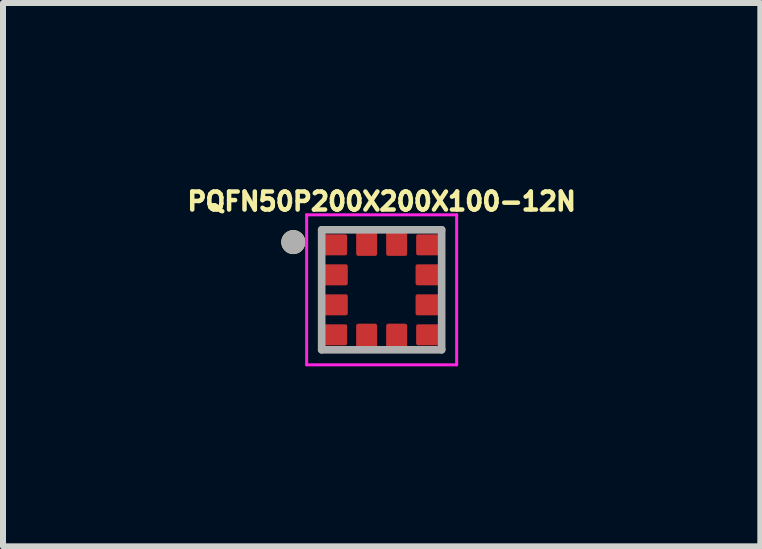
<source format=kicad_pcb>
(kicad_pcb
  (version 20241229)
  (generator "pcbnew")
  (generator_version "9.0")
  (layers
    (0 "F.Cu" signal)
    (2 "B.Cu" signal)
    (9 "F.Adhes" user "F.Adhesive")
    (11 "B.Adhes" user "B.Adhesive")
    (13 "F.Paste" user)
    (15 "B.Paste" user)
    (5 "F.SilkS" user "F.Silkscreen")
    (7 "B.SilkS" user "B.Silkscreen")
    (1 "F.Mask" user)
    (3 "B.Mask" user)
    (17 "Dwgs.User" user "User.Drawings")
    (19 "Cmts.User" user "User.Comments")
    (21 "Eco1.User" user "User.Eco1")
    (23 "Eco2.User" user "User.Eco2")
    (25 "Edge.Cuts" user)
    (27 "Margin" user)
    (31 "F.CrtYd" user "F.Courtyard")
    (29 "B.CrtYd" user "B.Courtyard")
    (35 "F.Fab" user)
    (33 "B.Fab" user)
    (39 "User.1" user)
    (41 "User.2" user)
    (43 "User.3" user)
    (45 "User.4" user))
  (footprint "PQFN50P200X200X100-12N"
    (layer "F.Cu")
    (at 3.311 1.78)
    (property "Reference" "PQFN50P200X200X100-12N" (at 0 -1.473 0) (layer "F.SilkS") (effects (font (size 0.3 0.3) (thickness 0.075))))
    (attr through_hole)
    (fp_poly (pts (xy -0.625 -0.975) (xy -0.619 -0.974) (xy -0.614 -0.974) (xy -0.608 -0.972) (xy -0.603 -0.971) (xy -0.597 -0.969) (xy -0.592 -0.967) (xy -0.587 -0.965) (xy -0.582 -0.963) (xy -0.577 -0.96) (xy -0.572 -0.957) (xy -0.568 -0.954) (xy -0.563 -0.95) (xy -0.559 -0.946) (xy -0.555 -0.942) (xy -0.551 -0.938) (xy -0.548 -0.934) (xy -0.544 -0.929) (xy -0.541 -0.925) (xy -0.538 -0.92) (xy -0.536 -0.915) (xy -0.533 -0.91) (xy -0.531 -0.904) (xy -0.529 -0.899) (xy -0.528 -0.894) (xy -0.527 -0.888) (xy -0.526 -0.882) (xy -0.525 -0.877) (xy -0.525 -0.871) (xy -0.525 -0.866) (xy -0.525 -0.86) (xy -0.525 -0.64) (xy -0.525 -0.634) (xy -0.525 -0.629) (xy -0.525 -0.623) (xy -0.526 -0.618) (xy -0.527 -0.612) (xy -0.528 -0.606) (xy -0.529 -0.601) (xy -0.531 -0.596) (xy -0.533 -0.59) (xy -0.536 -0.585) (xy -0.538 -0.58) (xy -0.541 -0.575) (xy -0.544 -0.571) (xy -0.548 -0.566) (xy -0.551 -0.562) (xy -0.555 -0.558) (xy -0.559 -0.554) (xy -0.563 -0.55) (xy -0.568 -0.546) (xy -0.572 -0.543) (xy -0.577 -0.54) (xy -0.582 -0.537) (xy -0.587 -0.535) (xy -0.592 -0.533) (xy -0.597 -0.531) (xy -0.603 -0.529) (xy -0.608 -0.528) (xy -0.614 -0.526) (xy -0.619 -0.526) (xy -0.625 -0.525) (xy -0.925 -0.525) (xy -0.931 -0.526) (xy -0.936 -0.526) (xy -0.942 -0.528) (xy -0.947 -0.529) (xy -0.953 -0.531) (xy -0.958 -0.533) (xy -0.963 -0.535) (xy -0.968 -0.537) (xy -0.973 -0.54) (xy -0.978 -0.543) (xy -0.982 -0.546) (xy -0.987 -0.55) (xy -0.991 -0.554) (xy -0.995 -0.558) (xy -0.999 -0.562) (xy -1.002 -0.566) (xy -1.006 -0.571) (xy -1.009 -0.575) (xy -1.012 -0.58) (xy -1.014 -0.585) (xy -1.017 -0.59) (xy -1.019 -0.596) (xy -1.021 -0.601) (xy -1.022 -0.606) (xy -1.023 -0.612) (xy -1.024 -0.618) (xy -1.025 -0.623) (xy -1.025 -0.629) (xy -1.025 -0.634) (xy -1.025 -0.64) (xy -1.025 -0.86) (xy -1.025 -0.866) (xy -1.025 -0.871) (xy -1.025 -0.877) (xy -1.024 -0.882) (xy -1.023 -0.888) (xy -1.022 -0.894) (xy -1.021 -0.899) (xy -1.019 -0.904) (xy -1.017 -0.91) (xy -1.014 -0.915) (xy -1.012 -0.92) (xy -1.009 -0.925) (xy -1.006 -0.929) (xy -1.002 -0.934) (xy -0.999 -0.938) (xy -0.995 -0.942) (xy -0.991 -0.946) (xy -0.987 -0.95) (xy -0.982 -0.954) (xy -0.978 -0.957) (xy -0.973 -0.96) (xy -0.968 -0.963) (xy -0.963 -0.965) (xy -0.958 -0.967) (xy -0.953 -0.969) (xy -0.947 -0.971) (xy -0.942 -0.972) (xy -0.936 -0.974) (xy -0.931 -0.974) (xy -0.925 -0.975) (xy -0.625 -0.975)) (stroke (width 0.01) (type solid)) (fill yes) (layer "F.Mask"))
    (fp_poly (pts (xy -0.625 0.525) (xy -0.619 0.526) (xy -0.614 0.526) (xy -0.608 0.528) (xy -0.603 0.529) (xy -0.597 0.531) (xy -0.592 0.533) (xy -0.587 0.535) (xy -0.582 0.537) (xy -0.577 0.54) (xy -0.572 0.543) (xy -0.568 0.546) (xy -0.563 0.55) (xy -0.559 0.554) (xy -0.555 0.558) (xy -0.551 0.562) (xy -0.548 0.566) (xy -0.544 0.571) (xy -0.541 0.575) (xy -0.538 0.58) (xy -0.536 0.585) (xy -0.533 0.59) (xy -0.531 0.596) (xy -0.529 0.601) (xy -0.528 0.606) (xy -0.527 0.612) (xy -0.526 0.618) (xy -0.525 0.623) (xy -0.525 0.629) (xy -0.525 0.634) (xy -0.525 0.64) (xy -0.525 0.86) (xy -0.525 0.866) (xy -0.525 0.871) (xy -0.525 0.877) (xy -0.526 0.882) (xy -0.527 0.888) (xy -0.528 0.894) (xy -0.529 0.899) (xy -0.531 0.904) (xy -0.533 0.91) (xy -0.536 0.915) (xy -0.538 0.92) (xy -0.541 0.925) (xy -0.544 0.929) (xy -0.548 0.934) (xy -0.551 0.938) (xy -0.555 0.942) (xy -0.559 0.946) (xy -0.563 0.95) (xy -0.568 0.954) (xy -0.572 0.957) (xy -0.577 0.96) (xy -0.582 0.963) (xy -0.587 0.965) (xy -0.592 0.967) (xy -0.597 0.969) (xy -0.603 0.971) (xy -0.608 0.972) (xy -0.614 0.974) (xy -0.619 0.974) (xy -0.625 0.975) (xy -0.925 0.975) (xy -0.931 0.974) (xy -0.936 0.974) (xy -0.942 0.972) (xy -0.947 0.971) (xy -0.953 0.969) (xy -0.958 0.967) (xy -0.963 0.965) (xy -0.968 0.963) (xy -0.973 0.96) (xy -0.978 0.957) (xy -0.982 0.954) (xy -0.987 0.95) (xy -0.991 0.946) (xy -0.995 0.942) (xy -0.999 0.938) (xy -1.002 0.934) (xy -1.006 0.929) (xy -1.009 0.925) (xy -1.012 0.92) (xy -1.014 0.915) (xy -1.017 0.91) (xy -1.019 0.904) (xy -1.021 0.899) (xy -1.022 0.894) (xy -1.023 0.888) (xy -1.024 0.882) (xy -1.025 0.877) (xy -1.025 0.871) (xy -1.025 0.866) (xy -1.025 0.86) (xy -1.025 0.64) (xy -1.025 0.634) (xy -1.025 0.629) (xy -1.025 0.623) (xy -1.024 0.618) (xy -1.023 0.612) (xy -1.022 0.606) (xy -1.021 0.601) (xy -1.019 0.596) (xy -1.017 0.59) (xy -1.014 0.585) (xy -1.012 0.58) (xy -1.009 0.575) (xy -1.006 0.571) (xy -1.002 0.566) (xy -0.999 0.562) (xy -0.995 0.558) (xy -0.991 0.554) (xy -0.987 0.55) (xy -0.982 0.546) (xy -0.978 0.543) (xy -0.973 0.54) (xy -0.968 0.537) (xy -0.963 0.535) (xy -0.958 0.533) (xy -0.953 0.531) (xy -0.947 0.529) (xy -0.942 0.528) (xy -0.936 0.526) (xy -0.931 0.526) (xy -0.925 0.525) (xy -0.625 0.525)) (stroke (width 0.01) (type solid)) (fill yes) (layer "F.Mask"))
    (fp_poly (pts (xy -0.615 -0.475) (xy -0.609 -0.474) (xy -0.604 -0.474) (xy -0.598 -0.472) (xy -0.593 -0.471) (xy -0.587 -0.469) (xy -0.582 -0.467) (xy -0.577 -0.465) (xy -0.572 -0.463) (xy -0.567 -0.46) (xy -0.562 -0.457) (xy -0.558 -0.454) (xy -0.553 -0.45) (xy -0.549 -0.446) (xy -0.545 -0.442) (xy -0.541 -0.438) (xy -0.538 -0.434) (xy -0.534 -0.429) (xy -0.531 -0.425) (xy -0.528 -0.42) (xy -0.526 -0.415) (xy -0.523 -0.41) (xy -0.521 -0.404) (xy -0.519 -0.399) (xy -0.518 -0.394) (xy -0.517 -0.388) (xy -0.516 -0.382) (xy -0.515 -0.377) (xy -0.515 -0.371) (xy -0.515 -0.366) (xy -0.515 -0.36) (xy -0.515 -0.14) (xy -0.515 -0.134) (xy -0.515 -0.129) (xy -0.515 -0.123) (xy -0.516 -0.118) (xy -0.517 -0.112) (xy -0.518 -0.106) (xy -0.519 -0.101) (xy -0.521 -0.096) (xy -0.523 -0.09) (xy -0.526 -0.085) (xy -0.528 -0.08) (xy -0.531 -0.075) (xy -0.534 -0.071) (xy -0.538 -0.066) (xy -0.541 -0.062) (xy -0.545 -0.058) (xy -0.549 -0.054) (xy -0.553 -0.05) (xy -0.558 -0.046) (xy -0.562 -0.043) (xy -0.567 -0.04) (xy -0.572 -0.037) (xy -0.577 -0.035) (xy -0.582 -0.033) (xy -0.587 -0.031) (xy -0.593 -0.029) (xy -0.598 -0.028) (xy -0.604 -0.026) (xy -0.609 -0.026) (xy -0.615 -0.025) (xy -0.915 -0.025) (xy -0.921 -0.026) (xy -0.926 -0.026) (xy -0.932 -0.028) (xy -0.937 -0.029) (xy -0.943 -0.031) (xy -0.948 -0.033) (xy -0.953 -0.035) (xy -0.958 -0.037) (xy -0.963 -0.04) (xy -0.968 -0.043) (xy -0.972 -0.046) (xy -0.977 -0.05) (xy -0.981 -0.054) (xy -0.985 -0.058) (xy -0.989 -0.062) (xy -0.992 -0.066) (xy -0.996 -0.071) (xy -0.999 -0.075) (xy -1.002 -0.08) (xy -1.004 -0.085) (xy -1.007 -0.09) (xy -1.009 -0.096) (xy -1.011 -0.101) (xy -1.012 -0.106) (xy -1.013 -0.112) (xy -1.014 -0.118) (xy -1.015 -0.123) (xy -1.015 -0.129) (xy -1.015 -0.134) (xy -1.015 -0.14) (xy -1.015 -0.36) (xy -1.015 -0.366) (xy -1.015 -0.371) (xy -1.015 -0.377) (xy -1.014 -0.382) (xy -1.013 -0.388) (xy -1.012 -0.394) (xy -1.011 -0.399) (xy -1.009 -0.404) (xy -1.007 -0.41) (xy -1.004 -0.415) (xy -1.002 -0.42) (xy -0.999 -0.425) (xy -0.996 -0.429) (xy -0.992 -0.434) (xy -0.989 -0.438) (xy -0.985 -0.442) (xy -0.981 -0.446) (xy -0.977 -0.45) (xy -0.972 -0.454) (xy -0.968 -0.457) (xy -0.963 -0.46) (xy -0.958 -0.463) (xy -0.953 -0.465) (xy -0.948 -0.467) (xy -0.943 -0.469) (xy -0.937 -0.471) (xy -0.932 -0.472) (xy -0.926 -0.474) (xy -0.921 -0.474) (xy -0.915 -0.475) (xy -0.615 -0.475)) (stroke (width 0.01) (type solid)) (fill yes) (layer "F.Mask"))
    (fp_poly (pts (xy -0.615 0.025) (xy -0.609 0.026) (xy -0.604 0.026) (xy -0.598 0.028) (xy -0.593 0.029) (xy -0.587 0.031) (xy -0.582 0.033) (xy -0.577 0.035) (xy -0.572 0.037) (xy -0.567 0.04) (xy -0.562 0.043) (xy -0.558 0.046) (xy -0.553 0.05) (xy -0.549 0.054) (xy -0.545 0.058) (xy -0.541 0.062) (xy -0.538 0.066) (xy -0.534 0.071) (xy -0.531 0.075) (xy -0.528 0.08) (xy -0.526 0.085) (xy -0.523 0.09) (xy -0.521 0.096) (xy -0.519 0.101) (xy -0.518 0.106) (xy -0.517 0.112) (xy -0.516 0.118) (xy -0.515 0.123) (xy -0.515 0.129) (xy -0.515 0.134) (xy -0.515 0.14) (xy -0.515 0.36) (xy -0.515 0.366) (xy -0.515 0.371) (xy -0.515 0.377) (xy -0.516 0.382) (xy -0.517 0.388) (xy -0.518 0.394) (xy -0.519 0.399) (xy -0.521 0.404) (xy -0.523 0.41) (xy -0.526 0.415) (xy -0.528 0.42) (xy -0.531 0.425) (xy -0.534 0.429) (xy -0.538 0.434) (xy -0.541 0.438) (xy -0.545 0.442) (xy -0.549 0.446) (xy -0.553 0.45) (xy -0.558 0.454) (xy -0.562 0.457) (xy -0.567 0.46) (xy -0.572 0.463) (xy -0.577 0.465) (xy -0.582 0.467) (xy -0.587 0.469) (xy -0.593 0.471) (xy -0.598 0.472) (xy -0.604 0.474) (xy -0.609 0.474) (xy -0.615 0.475) (xy -0.915 0.475) (xy -0.921 0.474) (xy -0.926 0.474) (xy -0.932 0.472) (xy -0.937 0.471) (xy -0.943 0.469) (xy -0.948 0.467) (xy -0.953 0.465) (xy -0.958 0.463) (xy -0.963 0.46) (xy -0.968 0.457) (xy -0.972 0.454) (xy -0.977 0.45) (xy -0.981 0.446) (xy -0.985 0.442) (xy -0.989 0.438) (xy -0.992 0.434) (xy -0.996 0.429) (xy -0.999 0.425) (xy -1.002 0.42) (xy -1.004 0.415) (xy -1.007 0.41) (xy -1.009 0.404) (xy -1.011 0.399) (xy -1.012 0.394) (xy -1.013 0.388) (xy -1.014 0.382) (xy -1.015 0.377) (xy -1.015 0.371) (xy -1.015 0.366) (xy -1.015 0.36) (xy -1.015 0.14) (xy -1.015 0.134) (xy -1.015 0.129) (xy -1.015 0.123) (xy -1.014 0.118) (xy -1.013 0.112) (xy -1.012 0.106) (xy -1.011 0.101) (xy -1.009 0.096) (xy -1.007 0.09) (xy -1.004 0.085) (xy -1.002 0.08) (xy -0.999 0.075) (xy -0.996 0.071) (xy -0.992 0.066) (xy -0.989 0.062) (xy -0.985 0.058) (xy -0.981 0.054) (xy -0.977 0.05) (xy -0.972 0.046) (xy -0.968 0.043) (xy -0.963 0.04) (xy -0.958 0.037) (xy -0.953 0.035) (xy -0.948 0.033) (xy -0.943 0.031) (xy -0.937 0.029) (xy -0.932 0.028) (xy -0.926 0.026) (xy -0.921 0.026) (xy -0.915 0.025) (xy -0.615 0.025)) (stroke (width 0.01) (type solid)) (fill yes) (layer "F.Mask"))
    (fp_poly (pts (xy -0.475 -0.915) (xy -0.474 -0.921) (xy -0.474 -0.926) (xy -0.472 -0.932) (xy -0.471 -0.937) (xy -0.469 -0.943) (xy -0.467 -0.948) (xy -0.465 -0.953) (xy -0.463 -0.958) (xy -0.46 -0.963) (xy -0.457 -0.968) (xy -0.454 -0.972) (xy -0.45 -0.977) (xy -0.446 -0.981) (xy -0.442 -0.985) (xy -0.438 -0.989) (xy -0.434 -0.992) (xy -0.429 -0.996) (xy -0.425 -0.999) (xy -0.42 -1.002) (xy -0.415 -1.004) (xy -0.41 -1.007) (xy -0.404 -1.009) (xy -0.399 -1.011) (xy -0.394 -1.012) (xy -0.388 -1.013) (xy -0.382 -1.014) (xy -0.377 -1.015) (xy -0.371 -1.015) (xy -0.366 -1.015) (xy -0.36 -1.015) (xy -0.14 -1.015) (xy -0.134 -1.015) (xy -0.129 -1.015) (xy -0.123 -1.015) (xy -0.118 -1.014) (xy -0.112 -1.013) (xy -0.106 -1.012) (xy -0.101 -1.011) (xy -0.096 -1.009) (xy -0.09 -1.007) (xy -0.085 -1.004) (xy -0.08 -1.002) (xy -0.075 -0.999) (xy -0.071 -0.996) (xy -0.066 -0.992) (xy -0.062 -0.989) (xy -0.058 -0.985) (xy -0.054 -0.981) (xy -0.05 -0.977) (xy -0.046 -0.972) (xy -0.043 -0.968) (xy -0.04 -0.963) (xy -0.037 -0.958) (xy -0.035 -0.953) (xy -0.033 -0.948) (xy -0.031 -0.943) (xy -0.029 -0.937) (xy -0.028 -0.932) (xy -0.026 -0.926) (xy -0.026 -0.921) (xy -0.025 -0.915) (xy -0.025 -0.615) (xy -0.026 -0.609) (xy -0.026 -0.604) (xy -0.028 -0.598) (xy -0.029 -0.593) (xy -0.031 -0.587) (xy -0.033 -0.582) (xy -0.035 -0.577) (xy -0.037 -0.572) (xy -0.04 -0.567) (xy -0.043 -0.562) (xy -0.046 -0.558) (xy -0.05 -0.553) (xy -0.054 -0.549) (xy -0.058 -0.545) (xy -0.062 -0.541) (xy -0.066 -0.538) (xy -0.071 -0.534) (xy -0.075 -0.531) (xy -0.08 -0.528) (xy -0.085 -0.526) (xy -0.09 -0.523) (xy -0.096 -0.521) (xy -0.101 -0.519) (xy -0.106 -0.518) (xy -0.112 -0.517) (xy -0.118 -0.516) (xy -0.123 -0.515) (xy -0.129 -0.515) (xy -0.134 -0.515) (xy -0.14 -0.515) (xy -0.36 -0.515) (xy -0.366 -0.515) (xy -0.371 -0.515) (xy -0.377 -0.515) (xy -0.382 -0.516) (xy -0.388 -0.517) (xy -0.394 -0.518) (xy -0.399 -0.519) (xy -0.404 -0.521) (xy -0.41 -0.523) (xy -0.415 -0.526) (xy -0.42 -0.528) (xy -0.425 -0.531) (xy -0.429 -0.534) (xy -0.434 -0.538) (xy -0.438 -0.541) (xy -0.442 -0.545) (xy -0.446 -0.549) (xy -0.45 -0.553) (xy -0.454 -0.558) (xy -0.457 -0.562) (xy -0.46 -0.567) (xy -0.463 -0.572) (xy -0.465 -0.577) (xy -0.467 -0.582) (xy -0.469 -0.587) (xy -0.471 -0.593) (xy -0.472 -0.598) (xy -0.474 -0.604) (xy -0.474 -0.609) (xy -0.475 -0.615) (xy -0.475 -0.915)) (stroke (width 0.01) (type solid)) (fill yes) (layer "F.Mask"))
    (fp_poly (pts (xy -0.475 0.615) (xy -0.474 0.609) (xy -0.474 0.604) (xy -0.472 0.598) (xy -0.471 0.593) (xy -0.469 0.587) (xy -0.467 0.582) (xy -0.465 0.577) (xy -0.463 0.572) (xy -0.46 0.567) (xy -0.457 0.562) (xy -0.454 0.558) (xy -0.45 0.553) (xy -0.446 0.549) (xy -0.442 0.545) (xy -0.438 0.541) (xy -0.434 0.538) (xy -0.429 0.534) (xy -0.425 0.531) (xy -0.42 0.528) (xy -0.415 0.526) (xy -0.41 0.523) (xy -0.404 0.521) (xy -0.399 0.519) (xy -0.394 0.518) (xy -0.388 0.517) (xy -0.382 0.516) (xy -0.377 0.515) (xy -0.371 0.515) (xy -0.366 0.515) (xy -0.36 0.515) (xy -0.14 0.515) (xy -0.134 0.515) (xy -0.129 0.515) (xy -0.123 0.515) (xy -0.118 0.516) (xy -0.112 0.517) (xy -0.106 0.518) (xy -0.101 0.519) (xy -0.096 0.521) (xy -0.09 0.523) (xy -0.085 0.526) (xy -0.08 0.528) (xy -0.075 0.531) (xy -0.071 0.534) (xy -0.066 0.538) (xy -0.062 0.541) (xy -0.058 0.545) (xy -0.054 0.549) (xy -0.05 0.553) (xy -0.046 0.558) (xy -0.043 0.562) (xy -0.04 0.567) (xy -0.037 0.572) (xy -0.035 0.577) (xy -0.033 0.582) (xy -0.031 0.587) (xy -0.029 0.593) (xy -0.028 0.598) (xy -0.026 0.604) (xy -0.026 0.609) (xy -0.025 0.615) (xy -0.025 0.915) (xy -0.026 0.921) (xy -0.026 0.926) (xy -0.028 0.932) (xy -0.029 0.937) (xy -0.031 0.943) (xy -0.033 0.948) (xy -0.035 0.953) (xy -0.037 0.958) (xy -0.04 0.963) (xy -0.043 0.968) (xy -0.046 0.972) (xy -0.05 0.977) (xy -0.054 0.981) (xy -0.058 0.985) (xy -0.062 0.989) (xy -0.066 0.992) (xy -0.071 0.996) (xy -0.075 0.999) (xy -0.08 1.002) (xy -0.085 1.004) (xy -0.09 1.007) (xy -0.096 1.009) (xy -0.101 1.011) (xy -0.106 1.012) (xy -0.112 1.013) (xy -0.118 1.014) (xy -0.123 1.015) (xy -0.129 1.015) (xy -0.134 1.015) (xy -0.14 1.015) (xy -0.36 1.015) (xy -0.366 1.015) (xy -0.371 1.015) (xy -0.377 1.015) (xy -0.382 1.014) (xy -0.388 1.013) (xy -0.394 1.012) (xy -0.399 1.011) (xy -0.404 1.009) (xy -0.41 1.007) (xy -0.415 1.004) (xy -0.42 1.002) (xy -0.425 0.999) (xy -0.429 0.996) (xy -0.434 0.992) (xy -0.438 0.989) (xy -0.442 0.985) (xy -0.446 0.981) (xy -0.45 0.977) (xy -0.454 0.972) (xy -0.457 0.968) (xy -0.46 0.963) (xy -0.463 0.958) (xy -0.465 0.953) (xy -0.467 0.948) (xy -0.469 0.943) (xy -0.471 0.937) (xy -0.472 0.932) (xy -0.474 0.926) (xy -0.474 0.921) (xy -0.475 0.915) (xy -0.475 0.615)) (stroke (width 0.01) (type solid)) (fill yes) (layer "F.Mask"))
    (fp_poly (pts (xy 0.025 -0.915) (xy 0.026 -0.921) (xy 0.026 -0.926) (xy 0.028 -0.932) (xy 0.029 -0.937) (xy 0.031 -0.943) (xy 0.033 -0.948) (xy 0.035 -0.953) (xy 0.037 -0.958) (xy 0.04 -0.963) (xy 0.043 -0.968) (xy 0.046 -0.972) (xy 0.05 -0.977) (xy 0.054 -0.981) (xy 0.058 -0.985) (xy 0.062 -0.989) (xy 0.066 -0.992) (xy 0.071 -0.996) (xy 0.075 -0.999) (xy 0.08 -1.002) (xy 0.085 -1.004) (xy 0.09 -1.007) (xy 0.096 -1.009) (xy 0.101 -1.011) (xy 0.106 -1.012) (xy 0.112 -1.013) (xy 0.118 -1.014) (xy 0.123 -1.015) (xy 0.129 -1.015) (xy 0.134 -1.015) (xy 0.14 -1.015) (xy 0.36 -1.015) (xy 0.366 -1.015) (xy 0.371 -1.015) (xy 0.377 -1.015) (xy 0.382 -1.014) (xy 0.388 -1.013) (xy 0.394 -1.012) (xy 0.399 -1.011) (xy 0.404 -1.009) (xy 0.41 -1.007) (xy 0.415 -1.004) (xy 0.42 -1.002) (xy 0.425 -0.999) (xy 0.429 -0.996) (xy 0.434 -0.992) (xy 0.438 -0.989) (xy 0.442 -0.985) (xy 0.446 -0.981) (xy 0.45 -0.977) (xy 0.454 -0.972) (xy 0.457 -0.968) (xy 0.46 -0.963) (xy 0.463 -0.958) (xy 0.465 -0.953) (xy 0.467 -0.948) (xy 0.469 -0.943) (xy 0.471 -0.937) (xy 0.472 -0.932) (xy 0.474 -0.926) (xy 0.474 -0.921) (xy 0.475 -0.915) (xy 0.475 -0.615) (xy 0.474 -0.609) (xy 0.474 -0.604) (xy 0.472 -0.598) (xy 0.471 -0.593) (xy 0.469 -0.587) (xy 0.467 -0.582) (xy 0.465 -0.577) (xy 0.463 -0.572) (xy 0.46 -0.567) (xy 0.457 -0.562) (xy 0.454 -0.558) (xy 0.45 -0.553) (xy 0.446 -0.549) (xy 0.442 -0.545) (xy 0.438 -0.541) (xy 0.434 -0.538) (xy 0.429 -0.534) (xy 0.425 -0.531) (xy 0.42 -0.528) (xy 0.415 -0.526) (xy 0.41 -0.523) (xy 0.404 -0.521) (xy 0.399 -0.519) (xy 0.394 -0.518) (xy 0.388 -0.517) (xy 0.382 -0.516) (xy 0.377 -0.515) (xy 0.371 -0.515) (xy 0.366 -0.515) (xy 0.36 -0.515) (xy 0.14 -0.515) (xy 0.134 -0.515) (xy 0.129 -0.515) (xy 0.123 -0.515) (xy 0.118 -0.516) (xy 0.112 -0.517) (xy 0.106 -0.518) (xy 0.101 -0.519) (xy 0.096 -0.521) (xy 0.09 -0.523) (xy 0.085 -0.526) (xy 0.08 -0.528) (xy 0.075 -0.531) (xy 0.071 -0.534) (xy 0.066 -0.538) (xy 0.062 -0.541) (xy 0.058 -0.545) (xy 0.054 -0.549) (xy 0.05 -0.553) (xy 0.046 -0.558) (xy 0.043 -0.562) (xy 0.04 -0.567) (xy 0.037 -0.572) (xy 0.035 -0.577) (xy 0.033 -0.582) (xy 0.031 -0.587) (xy 0.029 -0.593) (xy 0.028 -0.598) (xy 0.026 -0.604) (xy 0.026 -0.609) (xy 0.025 -0.615) (xy 0.025 -0.915)) (stroke (width 0.01) (type solid)) (fill yes) (layer "F.Mask"))
    (fp_poly (pts (xy 0.025 0.615) (xy 0.026 0.609) (xy 0.026 0.604) (xy 0.028 0.598) (xy 0.029 0.593) (xy 0.031 0.587) (xy 0.033 0.582) (xy 0.035 0.577) (xy 0.037 0.572) (xy 0.04 0.567) (xy 0.043 0.562) (xy 0.046 0.558) (xy 0.05 0.553) (xy 0.054 0.549) (xy 0.058 0.545) (xy 0.062 0.541) (xy 0.066 0.538) (xy 0.071 0.534) (xy 0.075 0.531) (xy 0.08 0.528) (xy 0.085 0.526) (xy 0.09 0.523) (xy 0.096 0.521) (xy 0.101 0.519) (xy 0.106 0.518) (xy 0.112 0.517) (xy 0.118 0.516) (xy 0.123 0.515) (xy 0.129 0.515) (xy 0.134 0.515) (xy 0.14 0.515) (xy 0.36 0.515) (xy 0.366 0.515) (xy 0.371 0.515) (xy 0.377 0.515) (xy 0.382 0.516) (xy 0.388 0.517) (xy 0.394 0.518) (xy 0.399 0.519) (xy 0.404 0.521) (xy 0.41 0.523) (xy 0.415 0.526) (xy 0.42 0.528) (xy 0.425 0.531) (xy 0.429 0.534) (xy 0.434 0.538) (xy 0.438 0.541) (xy 0.442 0.545) (xy 0.446 0.549) (xy 0.45 0.553) (xy 0.454 0.558) (xy 0.457 0.562) (xy 0.46 0.567) (xy 0.463 0.572) (xy 0.465 0.577) (xy 0.467 0.582) (xy 0.469 0.587) (xy 0.471 0.593) (xy 0.472 0.598) (xy 0.474 0.604) (xy 0.474 0.609) (xy 0.475 0.615) (xy 0.475 0.915) (xy 0.474 0.921) (xy 0.474 0.926) (xy 0.472 0.932) (xy 0.471 0.937) (xy 0.469 0.943) (xy 0.467 0.948) (xy 0.465 0.953) (xy 0.463 0.958) (xy 0.46 0.963) (xy 0.457 0.968) (xy 0.454 0.972) (xy 0.45 0.977) (xy 0.446 0.981) (xy 0.442 0.985) (xy 0.438 0.989) (xy 0.434 0.992) (xy 0.429 0.996) (xy 0.425 0.999) (xy 0.42 1.002) (xy 0.415 1.004) (xy 0.41 1.007) (xy 0.404 1.009) (xy 0.399 1.011) (xy 0.394 1.012) (xy 0.388 1.013) (xy 0.382 1.014) (xy 0.377 1.015) (xy 0.371 1.015) (xy 0.366 1.015) (xy 0.36 1.015) (xy 0.14 1.015) (xy 0.134 1.015) (xy 0.129 1.015) (xy 0.123 1.015) (xy 0.118 1.014) (xy 0.112 1.013) (xy 0.106 1.012) (xy 0.101 1.011) (xy 0.096 1.009) (xy 0.09 1.007) (xy 0.085 1.004) (xy 0.08 1.002) (xy 0.075 0.999) (xy 0.071 0.996) (xy 0.066 0.992) (xy 0.062 0.989) (xy 0.058 0.985) (xy 0.054 0.981) (xy 0.05 0.977) (xy 0.046 0.972) (xy 0.043 0.968) (xy 0.04 0.963) (xy 0.037 0.958) (xy 0.035 0.953) (xy 0.033 0.948) (xy 0.031 0.943) (xy 0.029 0.937) (xy 0.028 0.932) (xy 0.026 0.926) (xy 0.026 0.921) (xy 0.025 0.915) (xy 0.025 0.615)) (stroke (width 0.01) (type solid)) (fill yes) (layer "F.Mask"))
    (fp_poly (pts (xy 0.915 -0.475) (xy 0.921 -0.474) (xy 0.926 -0.474) (xy 0.932 -0.472) (xy 0.937 -0.471) (xy 0.943 -0.469) (xy 0.948 -0.467) (xy 0.953 -0.465) (xy 0.958 -0.463) (xy 0.963 -0.46) (xy 0.968 -0.457) (xy 0.972 -0.454) (xy 0.977 -0.45) (xy 0.981 -0.446) (xy 0.985 -0.442) (xy 0.989 -0.438) (xy 0.992 -0.434) (xy 0.996 -0.429) (xy 0.999 -0.425) (xy 1.002 -0.42) (xy 1.004 -0.415) (xy 1.007 -0.41) (xy 1.009 -0.404) (xy 1.011 -0.399) (xy 1.012 -0.394) (xy 1.013 -0.388) (xy 1.014 -0.382) (xy 1.015 -0.377) (xy 1.015 -0.371) (xy 1.015 -0.366) (xy 1.015 -0.36) (xy 1.015 -0.14) (xy 1.015 -0.134) (xy 1.015 -0.129) (xy 1.015 -0.123) (xy 1.014 -0.118) (xy 1.013 -0.112) (xy 1.012 -0.106) (xy 1.011 -0.101) (xy 1.009 -0.096) (xy 1.007 -0.09) (xy 1.004 -0.085) (xy 1.002 -0.08) (xy 0.999 -0.075) (xy 0.996 -0.071) (xy 0.992 -0.066) (xy 0.989 -0.062) (xy 0.985 -0.058) (xy 0.981 -0.054) (xy 0.977 -0.05) (xy 0.972 -0.046) (xy 0.968 -0.043) (xy 0.963 -0.04) (xy 0.958 -0.037) (xy 0.953 -0.035) (xy 0.948 -0.033) (xy 0.943 -0.031) (xy 0.937 -0.029) (xy 0.932 -0.028) (xy 0.926 -0.026) (xy 0.921 -0.026) (xy 0.915 -0.025) (xy 0.615 -0.025) (xy 0.609 -0.026) (xy 0.604 -0.026) (xy 0.598 -0.028) (xy 0.593 -0.029) (xy 0.587 -0.031) (xy 0.582 -0.033) (xy 0.577 -0.035) (xy 0.572 -0.037) (xy 0.567 -0.04) (xy 0.562 -0.043) (xy 0.558 -0.046) (xy 0.553 -0.05) (xy 0.549 -0.054) (xy 0.545 -0.058) (xy 0.541 -0.062) (xy 0.538 -0.066) (xy 0.534 -0.071) (xy 0.531 -0.075) (xy 0.528 -0.08) (xy 0.526 -0.085) (xy 0.523 -0.09) (xy 0.521 -0.096) (xy 0.519 -0.101) (xy 0.518 -0.106) (xy 0.517 -0.112) (xy 0.516 -0.118) (xy 0.515 -0.123) (xy 0.515 -0.129) (xy 0.515 -0.134) (xy 0.515 -0.14) (xy 0.515 -0.36) (xy 0.515 -0.366) (xy 0.515 -0.371) (xy 0.515 -0.377) (xy 0.516 -0.382) (xy 0.517 -0.388) (xy 0.518 -0.394) (xy 0.519 -0.399) (xy 0.521 -0.404) (xy 0.523 -0.41) (xy 0.526 -0.415) (xy 0.528 -0.42) (xy 0.531 -0.425) (xy 0.534 -0.429) (xy 0.538 -0.434) (xy 0.541 -0.438) (xy 0.545 -0.442) (xy 0.549 -0.446) (xy 0.553 -0.45) (xy 0.558 -0.454) (xy 0.562 -0.457) (xy 0.567 -0.46) (xy 0.572 -0.463) (xy 0.577 -0.465) (xy 0.582 -0.467) (xy 0.587 -0.469) (xy 0.593 -0.471) (xy 0.598 -0.472) (xy 0.604 -0.474) (xy 0.609 -0.474) (xy 0.615 -0.475) (xy 0.915 -0.475)) (stroke (width 0.01) (type solid)) (fill yes) (layer "F.Mask"))
    (fp_poly (pts (xy 0.915 0.025) (xy 0.921 0.026) (xy 0.926 0.026) (xy 0.932 0.028) (xy 0.937 0.029) (xy 0.943 0.031) (xy 0.948 0.033) (xy 0.953 0.035) (xy 0.958 0.037) (xy 0.963 0.04) (xy 0.968 0.043) (xy 0.972 0.046) (xy 0.977 0.05) (xy 0.981 0.054) (xy 0.985 0.058) (xy 0.989 0.062) (xy 0.992 0.066) (xy 0.996 0.071) (xy 0.999 0.075) (xy 1.002 0.08) (xy 1.004 0.085) (xy 1.007 0.09) (xy 1.009 0.096) (xy 1.011 0.101) (xy 1.012 0.106) (xy 1.013 0.112) (xy 1.014 0.118) (xy 1.015 0.123) (xy 1.015 0.129) (xy 1.015 0.134) (xy 1.015 0.14) (xy 1.015 0.36) (xy 1.015 0.366) (xy 1.015 0.371) (xy 1.015 0.377) (xy 1.014 0.382) (xy 1.013 0.388) (xy 1.012 0.394) (xy 1.011 0.399) (xy 1.009 0.404) (xy 1.007 0.41) (xy 1.004 0.415) (xy 1.002 0.42) (xy 0.999 0.425) (xy 0.996 0.429) (xy 0.992 0.434) (xy 0.989 0.438) (xy 0.985 0.442) (xy 0.981 0.446) (xy 0.977 0.45) (xy 0.972 0.454) (xy 0.968 0.457) (xy 0.963 0.46) (xy 0.958 0.463) (xy 0.953 0.465) (xy 0.948 0.467) (xy 0.943 0.469) (xy 0.937 0.471) (xy 0.932 0.472) (xy 0.926 0.474) (xy 0.921 0.474) (xy 0.915 0.475) (xy 0.615 0.475) (xy 0.609 0.474) (xy 0.604 0.474) (xy 0.598 0.472) (xy 0.593 0.471) (xy 0.587 0.469) (xy 0.582 0.467) (xy 0.577 0.465) (xy 0.572 0.463) (xy 0.567 0.46) (xy 0.562 0.457) (xy 0.558 0.454) (xy 0.553 0.45) (xy 0.549 0.446) (xy 0.545 0.442) (xy 0.541 0.438) (xy 0.538 0.434) (xy 0.534 0.429) (xy 0.531 0.425) (xy 0.528 0.42) (xy 0.526 0.415) (xy 0.523 0.41) (xy 0.521 0.404) (xy 0.519 0.399) (xy 0.518 0.394) (xy 0.517 0.388) (xy 0.516 0.382) (xy 0.515 0.377) (xy 0.515 0.371) (xy 0.515 0.366) (xy 0.515 0.36) (xy 0.515 0.14) (xy 0.515 0.134) (xy 0.515 0.129) (xy 0.515 0.123) (xy 0.516 0.118) (xy 0.517 0.112) (xy 0.518 0.106) (xy 0.519 0.101) (xy 0.521 0.096) (xy 0.523 0.09) (xy 0.526 0.085) (xy 0.528 0.08) (xy 0.531 0.075) (xy 0.534 0.071) (xy 0.538 0.066) (xy 0.541 0.062) (xy 0.545 0.058) (xy 0.549 0.054) (xy 0.553 0.05) (xy 0.558 0.046) (xy 0.562 0.043) (xy 0.567 0.04) (xy 0.572 0.037) (xy 0.577 0.035) (xy 0.582 0.033) (xy 0.587 0.031) (xy 0.593 0.029) (xy 0.598 0.028) (xy 0.604 0.026) (xy 0.609 0.026) (xy 0.615 0.025) (xy 0.915 0.025)) (stroke (width 0.01) (type solid)) (fill yes) (layer "F.Mask"))
    (fp_poly (pts (xy 0.925 -0.975) (xy 0.931 -0.974) (xy 0.936 -0.974) (xy 0.942 -0.972) (xy 0.947 -0.971) (xy 0.953 -0.969) (xy 0.958 -0.967) (xy 0.963 -0.965) (xy 0.968 -0.963) (xy 0.973 -0.96) (xy 0.978 -0.957) (xy 0.982 -0.954) (xy 0.987 -0.95) (xy 0.991 -0.946) (xy 0.995 -0.942) (xy 0.999 -0.938) (xy 1.002 -0.934) (xy 1.006 -0.929) (xy 1.009 -0.925) (xy 1.012 -0.92) (xy 1.014 -0.915) (xy 1.017 -0.91) (xy 1.019 -0.904) (xy 1.021 -0.899) (xy 1.022 -0.894) (xy 1.023 -0.888) (xy 1.024 -0.882) (xy 1.025 -0.877) (xy 1.025 -0.871) (xy 1.025 -0.866) (xy 1.025 -0.86) (xy 1.025 -0.64) (xy 1.025 -0.634) (xy 1.025 -0.629) (xy 1.025 -0.623) (xy 1.024 -0.618) (xy 1.023 -0.612) (xy 1.022 -0.606) (xy 1.021 -0.601) (xy 1.019 -0.596) (xy 1.017 -0.59) (xy 1.014 -0.585) (xy 1.012 -0.58) (xy 1.009 -0.575) (xy 1.006 -0.571) (xy 1.002 -0.566) (xy 0.999 -0.562) (xy 0.995 -0.558) (xy 0.991 -0.554) (xy 0.987 -0.55) (xy 0.982 -0.546) (xy 0.978 -0.543) (xy 0.973 -0.54) (xy 0.968 -0.537) (xy 0.963 -0.535) (xy 0.958 -0.533) (xy 0.953 -0.531) (xy 0.947 -0.529) (xy 0.942 -0.528) (xy 0.936 -0.526) (xy 0.931 -0.526) (xy 0.925 -0.525) (xy 0.625 -0.525) (xy 0.619 -0.526) (xy 0.614 -0.526) (xy 0.608 -0.528) (xy 0.603 -0.529) (xy 0.597 -0.531) (xy 0.592 -0.533) (xy 0.587 -0.535) (xy 0.582 -0.537) (xy 0.577 -0.54) (xy 0.572 -0.543) (xy 0.568 -0.546) (xy 0.563 -0.55) (xy 0.559 -0.554) (xy 0.555 -0.558) (xy 0.551 -0.562) (xy 0.548 -0.566) (xy 0.544 -0.571) (xy 0.541 -0.575) (xy 0.538 -0.58) (xy 0.536 -0.585) (xy 0.533 -0.59) (xy 0.531 -0.596) (xy 0.529 -0.601) (xy 0.528 -0.606) (xy 0.527 -0.612) (xy 0.526 -0.618) (xy 0.525 -0.623) (xy 0.525 -0.629) (xy 0.525 -0.634) (xy 0.525 -0.64) (xy 0.525 -0.86) (xy 0.525 -0.866) (xy 0.525 -0.871) (xy 0.525 -0.877) (xy 0.526 -0.882) (xy 0.527 -0.888) (xy 0.528 -0.894) (xy 0.529 -0.899) (xy 0.531 -0.904) (xy 0.533 -0.91) (xy 0.536 -0.915) (xy 0.538 -0.92) (xy 0.541 -0.925) (xy 0.544 -0.929) (xy 0.548 -0.934) (xy 0.551 -0.938) (xy 0.555 -0.942) (xy 0.559 -0.946) (xy 0.563 -0.95) (xy 0.568 -0.954) (xy 0.572 -0.957) (xy 0.577 -0.96) (xy 0.582 -0.963) (xy 0.587 -0.965) (xy 0.592 -0.967) (xy 0.597 -0.969) (xy 0.603 -0.971) (xy 0.608 -0.972) (xy 0.614 -0.974) (xy 0.619 -0.974) (xy 0.625 -0.975) (xy 0.925 -0.975)) (stroke (width 0.01) (type solid)) (fill yes) (layer "F.Mask"))
    (fp_poly (pts (xy 0.925 0.525) (xy 0.931 0.526) (xy 0.936 0.526) (xy 0.942 0.528) (xy 0.947 0.529) (xy 0.953 0.531) (xy 0.958 0.533) (xy 0.963 0.535) (xy 0.968 0.537) (xy 0.973 0.54) (xy 0.978 0.543) (xy 0.982 0.546) (xy 0.987 0.55) (xy 0.991 0.554) (xy 0.995 0.558) (xy 0.999 0.562) (xy 1.002 0.566) (xy 1.006 0.571) (xy 1.009 0.575) (xy 1.012 0.58) (xy 1.014 0.585) (xy 1.017 0.59) (xy 1.019 0.596) (xy 1.021 0.601) (xy 1.022 0.606) (xy 1.023 0.612) (xy 1.024 0.618) (xy 1.025 0.623) (xy 1.025 0.629) (xy 1.025 0.634) (xy 1.025 0.64) (xy 1.025 0.86) (xy 1.025 0.866) (xy 1.025 0.871) (xy 1.025 0.877) (xy 1.024 0.882) (xy 1.023 0.888) (xy 1.022 0.894) (xy 1.021 0.899) (xy 1.019 0.904) (xy 1.017 0.91) (xy 1.014 0.915) (xy 1.012 0.92) (xy 1.009 0.925) (xy 1.006 0.929) (xy 1.002 0.934) (xy 0.999 0.938) (xy 0.995 0.942) (xy 0.991 0.946) (xy 0.987 0.95) (xy 0.982 0.954) (xy 0.978 0.957) (xy 0.973 0.96) (xy 0.968 0.963) (xy 0.963 0.965) (xy 0.958 0.967) (xy 0.953 0.969) (xy 0.947 0.971) (xy 0.942 0.972) (xy 0.936 0.974) (xy 0.931 0.974) (xy 0.925 0.975) (xy 0.625 0.975) (xy 0.619 0.974) (xy 0.614 0.974) (xy 0.608 0.972) (xy 0.603 0.971) (xy 0.597 0.969) (xy 0.592 0.967) (xy 0.587 0.965) (xy 0.582 0.963) (xy 0.577 0.96) (xy 0.572 0.957) (xy 0.568 0.954) (xy 0.563 0.95) (xy 0.559 0.946) (xy 0.555 0.942) (xy 0.551 0.938) (xy 0.548 0.934) (xy 0.544 0.929) (xy 0.541 0.925) (xy 0.538 0.92) (xy 0.536 0.915) (xy 0.533 0.91) (xy 0.531 0.904) (xy 0.529 0.899) (xy 0.528 0.894) (xy 0.527 0.888) (xy 0.526 0.882) (xy 0.525 0.877) (xy 0.525 0.871) (xy 0.525 0.866) (xy 0.525 0.86) (xy 0.525 0.64) (xy 0.525 0.634) (xy 0.525 0.629) (xy 0.525 0.623) (xy 0.526 0.618) (xy 0.527 0.612) (xy 0.528 0.606) (xy 0.529 0.601) (xy 0.531 0.596) (xy 0.533 0.59) (xy 0.536 0.585) (xy 0.538 0.58) (xy 0.541 0.575) (xy 0.544 0.571) (xy 0.548 0.566) (xy 0.551 0.562) (xy 0.555 0.558) (xy 0.559 0.554) (xy 0.563 0.55) (xy 0.568 0.546) (xy 0.572 0.543) (xy 0.577 0.54) (xy 0.582 0.537) (xy 0.587 0.535) (xy 0.592 0.533) (xy 0.597 0.531) (xy 0.603 0.529) (xy 0.608 0.528) (xy 0.614 0.526) (xy 0.619 0.526) (xy 0.625 0.525) (xy 0.925 0.525)) (stroke (width 0.01) (type solid)) (fill yes) (layer "F.Mask"))
    (fp_circle (center -1.473 -0.795) (end -1.373 -0.795) (stroke (width 0.2) (type solid)) (fill no) (layer "F.SilkS"))
    (fp_line (start -1.25 -1.25) (end -1.25 1.25) (stroke (width 0.05) (type solid)) (layer "F.CrtYd"))
    (fp_line (start -1.25 -1.25) (end 1.25 -1.25) (stroke (width 0.05) (type solid)) (layer "F.CrtYd"))
    (fp_line (start -1.25 1.25) (end 1.25 1.25) (stroke (width 0.05) (type solid)) (layer "F.CrtYd"))
    (fp_line (start 1.25 -1.25) (end 1.25 1.25) (stroke (width 0.05) (type solid)) (layer "F.CrtYd"))
    (fp_line (start -1 -1) (end -1 1) (stroke (width 0.127) (type solid)) (layer "F.Fab"))
    (fp_line (start -1 -1) (end 1 -1) (stroke (width 0.127) (type solid)) (layer "F.Fab"))
    (fp_line (start -1 1) (end 1 1) (stroke (width 0.127) (type solid)) (layer "F.Fab"))
    (fp_line (start 1 -1) (end 1 1) (stroke (width 0.127) (type solid)) (layer "F.Fab"))
    (fp_circle (center -1.473 -0.795) (end -1.373 -0.795) (stroke (width 0.2) (type solid)) (fill no) (layer "F.Fab"))
    (pad "1" smd roundrect (at -0.775 -0.75) (size 0.4 0.35) (layers "F.Cu" "F.Paste") (roundrect_rratio 0.09))
    (pad "2" smd roundrect (at -0.765 -0.25) (size 0.4 0.35) (layers "F.Cu" "F.Paste") (roundrect_rratio 0.09))
    (pad "3" smd roundrect (at -0.765 0.25) (size 0.4 0.35) (layers "F.Cu" "F.Paste") (roundrect_rratio 0.09))
    (pad "4" smd roundrect (at -0.775 0.75) (size 0.4 0.35) (layers "F.Cu" "F.Paste") (roundrect_rratio 0.09))
    (pad "5" smd roundrect (at -0.25 0.765) (size 0.35 0.4) (layers "F.Cu" "F.Paste") (roundrect_rratio 0.1))
    (pad "6" smd roundrect (at 0.25 0.765) (size 0.35 0.4) (layers "F.Cu" "F.Paste") (roundrect_rratio 0.1))
    (pad "7" smd roundrect (at 0.775 0.75) (size 0.4 0.35) (layers "F.Cu" "F.Paste") (roundrect_rratio 0.09))
    (pad "8" smd roundrect (at 0.765 0.25) (size 0.4 0.35) (layers "F.Cu" "F.Paste") (roundrect_rratio 0.09))
    (pad "9" smd roundrect (at 0.765 -0.25) (size 0.4 0.35) (layers "F.Cu" "F.Paste") (roundrect_rratio 0.09))
    (pad "10" smd roundrect (at 0.775 -0.75) (size 0.4 0.35) (layers "F.Cu" "F.Paste") (roundrect_rratio 0.09))
    (pad "11" smd roundrect (at 0.25 -0.765) (size 0.35 0.4) (layers "F.Cu" "F.Paste") (roundrect_rratio 0.1))
    (pad "12" smd roundrect (at -0.25 -0.765) (size 0.35 0.4) (layers "F.Cu" "F.Paste") (roundrect_rratio 0.1)))
  (gr_rect
    (start -3 -3)
    (end 9.622 6.055)
    (stroke (width 0.1) (type default))
    (fill no)
    (layer "Edge.Cuts")))
</source>
